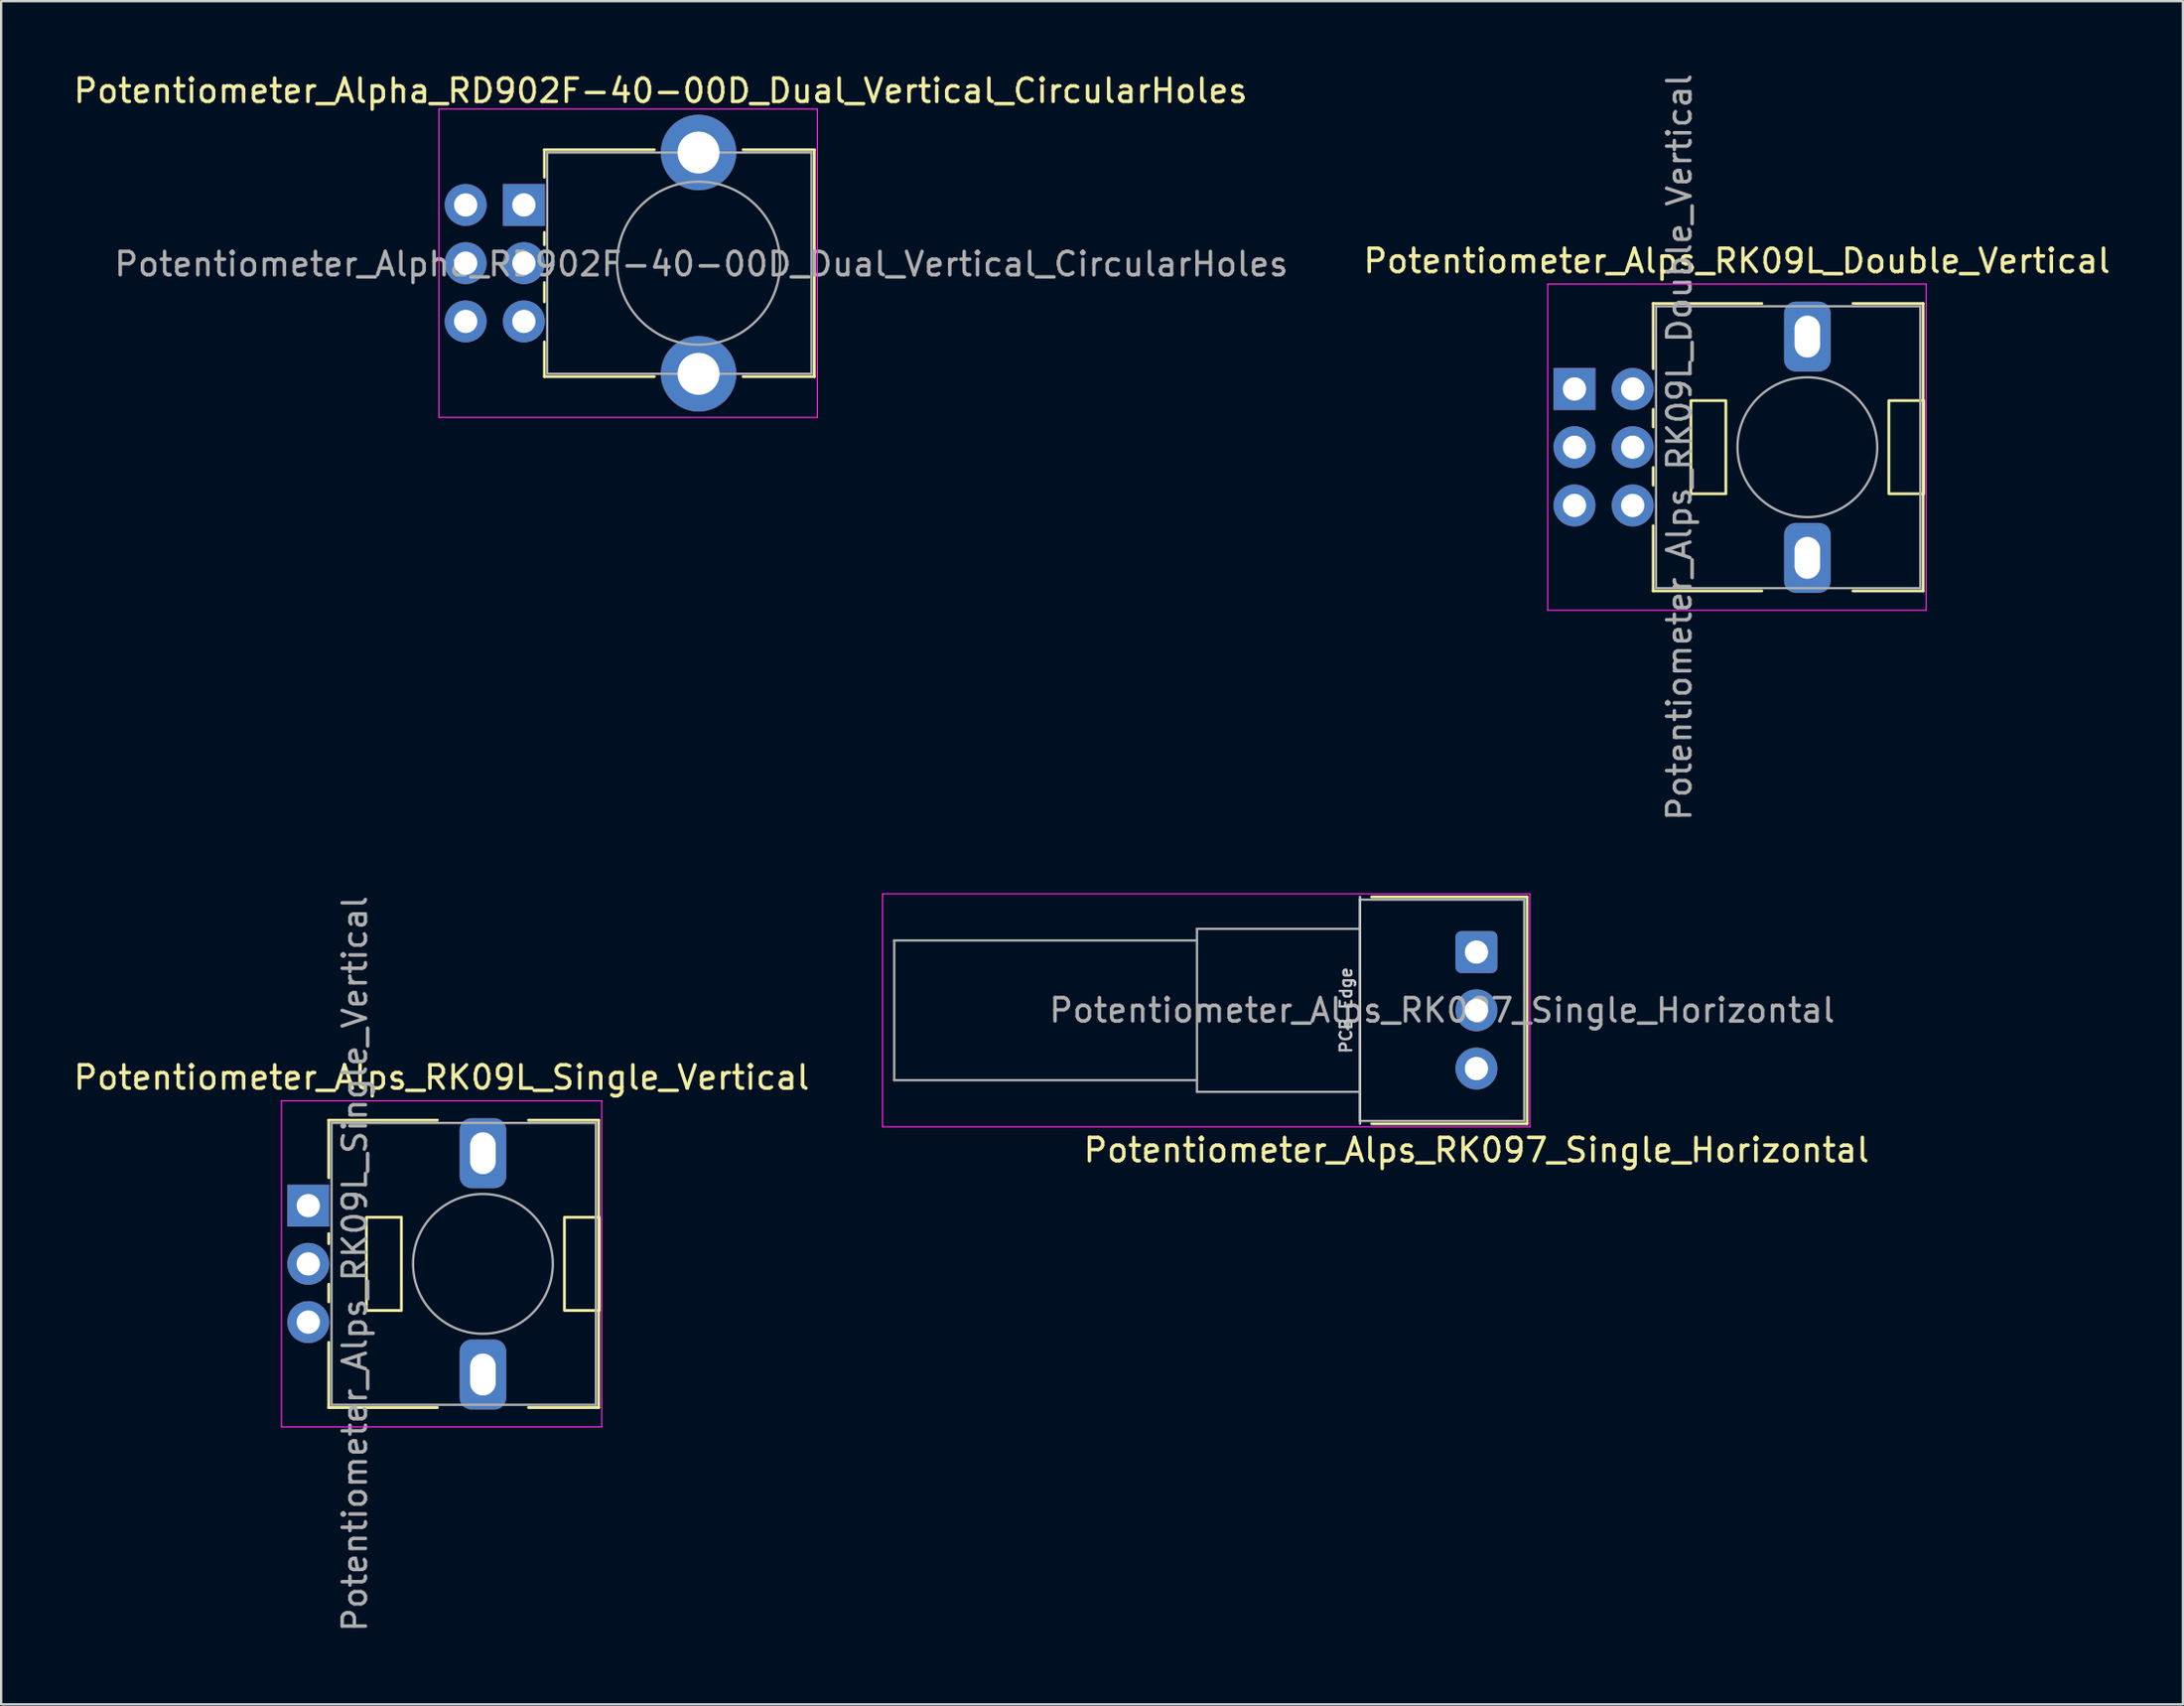
<source format=kicad_pcb>
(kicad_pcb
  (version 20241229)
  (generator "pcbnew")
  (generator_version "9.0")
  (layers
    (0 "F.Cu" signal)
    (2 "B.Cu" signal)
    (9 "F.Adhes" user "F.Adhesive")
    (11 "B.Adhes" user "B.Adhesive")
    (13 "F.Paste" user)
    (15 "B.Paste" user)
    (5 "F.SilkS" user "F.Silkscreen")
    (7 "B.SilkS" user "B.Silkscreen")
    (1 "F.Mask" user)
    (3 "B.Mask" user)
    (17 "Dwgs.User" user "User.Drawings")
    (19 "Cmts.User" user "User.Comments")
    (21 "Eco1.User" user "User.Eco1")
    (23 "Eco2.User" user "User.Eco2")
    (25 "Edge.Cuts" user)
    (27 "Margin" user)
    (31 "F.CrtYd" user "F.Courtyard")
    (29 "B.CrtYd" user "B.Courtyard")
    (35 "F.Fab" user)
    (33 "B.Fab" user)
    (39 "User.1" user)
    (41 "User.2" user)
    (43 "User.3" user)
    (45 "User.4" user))
  (footprint "Potentiometer_Alps_RK09L_Single_Vertical"
    (layer "F.Cu")
    (at 10.186 48.708)
    (property "Reference" "Potentiometer_Alps_RK09L_Single_Vertical" (at 5.725 -5.5 0) (layer "F.SilkS") (effects (font (size 1 1) (thickness 0.15))))
    (attr through_hole)
    (fp_line (start 0.88 -3.67) (end 0.88 -1.2) (stroke (width 0.12) (type solid)) (layer "F.SilkS"))
    (fp_line (start 0.88 -3.67) (end 5.546 -3.67) (stroke (width 0.12) (type solid)) (layer "F.SilkS"))
    (fp_line (start 0.88 1.2) (end 0.88 1.63) (stroke (width 0.12) (type solid)) (layer "F.SilkS"))
    (fp_line (start 0.88 3.371) (end 0.88 4.13) (stroke (width 0.12) (type solid)) (layer "F.SilkS"))
    (fp_line (start 0.88 5.87) (end 0.88 8.67) (stroke (width 0.12) (type solid)) (layer "F.SilkS"))
    (fp_line (start 0.88 8.67) (end 5.546 8.67) (stroke (width 0.12) (type solid)) (layer "F.SilkS"))
    (fp_line (start 9.455 -3.67) (end 12.47 -3.67) (stroke (width 0.12) (type solid)) (layer "F.SilkS"))
    (fp_line (start 9.455 8.67) (end 12.47 8.67) (stroke (width 0.12) (type solid)) (layer "F.SilkS"))
    (fp_line (start 12.47 -3.67) (end 12.47 8.67) (stroke (width 0.12) (type solid)) (layer "F.SilkS"))
    (fp_rect (start 2.5 0.5) (end 4 4.5) (stroke (width 0.12) (type solid)) (fill no) (layer "F.SilkS"))
    (fp_rect (start 11 0.5) (end 12.5 4.5) (stroke (width 0.12) (type solid)) (fill no) (layer "F.SilkS"))
    (fp_line (start -1.15 -4.5) (end -1.15 9.5) (stroke (width 0.05) (type solid)) (layer "F.CrtYd"))
    (fp_line (start -1.15 9.5) (end 12.6 9.5) (stroke (width 0.05) (type solid)) (layer "F.CrtYd"))
    (fp_line (start 12.6 -4.5) (end -1.15 -4.5) (stroke (width 0.05) (type solid)) (layer "F.CrtYd"))
    (fp_line (start 12.6 9.5) (end 12.6 -4.5) (stroke (width 0.05) (type solid)) (layer "F.CrtYd"))
    (fp_line (start 1 -3.55) (end 1 8.55) (stroke (width 0.1) (type solid)) (layer "F.Fab"))
    (fp_line (start 1 8.55) (end 12.35 8.55) (stroke (width 0.1) (type solid)) (layer "F.Fab"))
    (fp_line (start 12.35 -3.55) (end 1 -3.55) (stroke (width 0.1) (type solid)) (layer "F.Fab"))
    (fp_line (start 12.35 8.55) (end 12.35 -3.55) (stroke (width 0.1) (type solid)) (layer "F.Fab"))
    (fp_circle (center 7.5 2.5) (end 10.5 2.5) (stroke (width 0.1) (type solid)) (fill no) (layer "F.Fab"))
    (fp_text user "${REFERENCE}" (at 2 2.5 90) (layer "F.Fab") (effects (font (size 1 1) (thickness 0.15))))
    (pad "1" thru_hole rect (at 0 0) (size 1.8 1.8) (drill 1) (layers "*.Cu" "*.Mask"))
    (pad "2" thru_hole circle (at 0 2.5) (size 1.8 1.8) (drill 1) (layers "*.Cu" "*.Mask"))
    (pad "3" thru_hole circle (at 0 5) (size 1.8 1.8) (drill 1) (layers "*.Cu" "*.Mask"))
    (pad "MP" thru_hole roundrect (at 7.5 -2.25) (size 2 3) (drill oval 1.1 1.8) (layers "*.Cu" "*.Mask") (roundrect_rratio 0.25))
    (pad "MP" thru_hole roundrect (at 7.5 7.25) (size 2 3) (drill oval 1.1 1.8) (layers "*.Cu" "*.Mask") (roundrect_rratio 0.25))
    (zone (net_name "") (layer "F.Cu") (name "Copper Keep Out") (hatch full 0.508) (connect_pads) (min_thickness 0.254) (filled_areas_thickness no) (keepout (tracks not_allowed) (vias not_allowed) (pads not_allowed) (copperpour not_allowed) (footprints not_allowed)) (placement (enabled no)) (fill) (polygon (pts (xy 14.186 53.208) (xy 12.686 53.208) (xy 12.686 49.208) (xy 14.186 49.208))))
    (zone (net_name "") (layer "F.Cu") (name "Copper Keep Out") (hatch full 0.508) (connect_pads) (min_thickness 0.254) (filled_areas_thickness no) (keepout (tracks not_allowed) (vias not_allowed) (pads not_allowed) (copperpour not_allowed) (footprints not_allowed)) (placement (enabled no)) (fill) (polygon (pts (xy 22.586 53.208) (xy 21.186 53.208) (xy 21.186 49.208) (xy 22.586 49.208)))))
  (footprint "Potentiometer_Alps_RK09L_Double_Vertical"
    (layer "F.Cu")
    (at 64.555 13.649)
    (property "Reference" "Potentiometer_Alps_RK09L_Double_Vertical" (at 6.975 -5.5 0) (layer "F.SilkS") (effects (font (size 1 1) (thickness 0.15))))
    (attr through_hole)
    (fp_line (start 3.38 -3.67) (end 3.38 -0.871) (stroke (width 0.12) (type solid)) (layer "F.SilkS"))
    (fp_line (start 3.38 -3.67) (end 8.046 -3.67) (stroke (width 0.12) (type solid)) (layer "F.SilkS"))
    (fp_line (start 3.38 0.871) (end 3.38 1.63) (stroke (width 0.12) (type solid)) (layer "F.SilkS"))
    (fp_line (start 3.38 3.371) (end 3.38 4.13) (stroke (width 0.12) (type solid)) (layer "F.SilkS"))
    (fp_line (start 3.38 5.87) (end 3.38 8.67) (stroke (width 0.12) (type solid)) (layer "F.SilkS"))
    (fp_line (start 3.38 8.67) (end 8.046 8.67) (stroke (width 0.12) (type solid)) (layer "F.SilkS"))
    (fp_line (start 11.955 -3.67) (end 14.97 -3.67) (stroke (width 0.12) (type solid)) (layer "F.SilkS"))
    (fp_line (start 11.955 8.67) (end 14.97 8.67) (stroke (width 0.12) (type solid)) (layer "F.SilkS"))
    (fp_line (start 14.97 -3.67) (end 14.97 8.67) (stroke (width 0.12) (type solid)) (layer "F.SilkS"))
    (fp_rect (start 5 0.5) (end 6.5 4.5) (stroke (width 0.12) (type solid)) (fill no) (layer "F.SilkS"))
    (fp_rect (start 13.5 0.5) (end 15 4.5) (stroke (width 0.12) (type solid)) (fill no) (layer "F.SilkS"))
    (fp_line (start -1.15 -4.5) (end -1.15 9.5) (stroke (width 0.05) (type solid)) (layer "F.CrtYd"))
    (fp_line (start -1.15 9.5) (end 15.1 9.5) (stroke (width 0.05) (type solid)) (layer "F.CrtYd"))
    (fp_line (start 15.1 -4.5) (end -1.15 -4.5) (stroke (width 0.05) (type solid)) (layer "F.CrtYd"))
    (fp_line (start 15.1 9.5) (end 15.1 -4.5) (stroke (width 0.05) (type solid)) (layer "F.CrtYd"))
    (fp_line (start 3.5 -3.55) (end 3.5 8.55) (stroke (width 0.1) (type solid)) (layer "F.Fab"))
    (fp_line (start 3.5 8.55) (end 14.85 8.55) (stroke (width 0.1) (type solid)) (layer "F.Fab"))
    (fp_line (start 14.85 -3.55) (end 3.5 -3.55) (stroke (width 0.1) (type solid)) (layer "F.Fab"))
    (fp_line (start 14.85 8.55) (end 14.85 -3.55) (stroke (width 0.1) (type solid)) (layer "F.Fab"))
    (fp_circle (center 10 2.5) (end 13 2.5) (stroke (width 0.1) (type solid)) (fill no) (layer "F.Fab"))
    (fp_text user "${REFERENCE}" (at 4.5 2.5 90) (layer "F.Fab") (effects (font (size 1 1) (thickness 0.15))))
    (pad "1" thru_hole rect (at 0 0) (size 1.8 1.8) (drill 1) (layers "*.Cu" "*.Mask"))
    (pad "2" thru_hole circle (at 0 2.5) (size 1.8 1.8) (drill 1) (layers "*.Cu" "*.Mask"))
    (pad "3" thru_hole circle (at 0 5) (size 1.8 1.8) (drill 1) (layers "*.Cu" "*.Mask"))
    (pad "4" thru_hole circle (at 2.5 0) (size 1.8 1.8) (drill 1) (layers "*.Cu" "*.Mask"))
    (pad "5" thru_hole circle (at 2.5 2.5) (size 1.8 1.8) (drill 1) (layers "*.Cu" "*.Mask"))
    (pad "6" thru_hole circle (at 2.5 5) (size 1.8 1.8) (drill 1) (layers "*.Cu" "*.Mask"))
    (pad "MP" thru_hole roundrect (at 10 -2.25) (size 2 3) (drill oval 1.1 1.8) (layers "*.Cu" "*.Mask") (roundrect_rratio 0.25))
    (pad "MP" thru_hole roundrect (at 10 7.25) (size 2 3) (drill oval 1.1 1.8) (layers "*.Cu" "*.Mask") (roundrect_rratio 0.25))
    (zone (net_name "") (layer "F.Cu") (name "Copper Keep Out") (hatch full 0.508) (connect_pads) (min_thickness 0.254) (filled_areas_thickness no) (keepout (tracks not_allowed) (vias not_allowed) (pads not_allowed) (copperpour not_allowed) (footprints not_allowed)) (placement (enabled no)) (fill) (polygon (pts (xy 71.055 18.149) (xy 69.555 18.149) (xy 69.555 14.149) (xy 71.055 14.149))))
    (zone (net_name "") (layer "F.Cu") (name "Copper Keep Out") (hatch full 0.508) (connect_pads) (min_thickness 0.254) (filled_areas_thickness no) (keepout (tracks not_allowed) (vias not_allowed) (pads not_allowed) (copperpour not_allowed) (footprints not_allowed)) (placement (enabled no)) (fill) (polygon (pts (xy 79.455 18.149) (xy 78.055 18.149) (xy 78.055 14.149) (xy 79.455 14.149)))))
  (footprint "Potentiometer_Alps_RK097_Single_Horizontal"
    (layer "F.Cu")
    (at 60.346 37.823)
    (property "Reference" "Potentiometer_Alps_RK097_Single_Horizontal" (at 0 8.5 180) (layer "F.SilkS") (effects (font (size 1 1) (thickness 0.15))))
    (attr through_hole)
    (fp_line (start 2.175 -2.37) (end -4.5 -2.37) (stroke (width 0.12) (type solid)) (layer "F.SilkS"))
    (fp_line (start 2.175 7.37) (end -4.5 7.37) (stroke (width 0.12) (type solid)) (layer "F.SilkS"))
    (fp_line (start 2.175 7.37) (end 2.175 -2.37) (stroke (width 0.12) (type solid)) (layer "F.SilkS"))
    (fp_line (start -5 -2.37) (end -5 7.37) (stroke (width 0.1) (type solid)) (layer "Dwgs.User"))
    (fp_line (start -25.5 -2.5) (end -25.5 7.5) (stroke (width 0.05) (type solid)) (layer "F.CrtYd"))
    (fp_line (start -25.5 7.5) (end 2.3 7.5) (stroke (width 0.05) (type solid)) (layer "F.CrtYd"))
    (fp_line (start 2.3 -2.5) (end -25.5 -2.5) (stroke (width 0.05) (type solid)) (layer "F.CrtYd"))
    (fp_line (start 2.3 7.5) (end 2.3 -2.5) (stroke (width 0.05) (type solid)) (layer "F.CrtYd"))
    (fp_line (start -25 -0.5) (end -25 5.5) (stroke (width 0.1) (type solid)) (layer "F.Fab"))
    (fp_line (start -25 5.5) (end -12 5.5) (stroke (width 0.1) (type solid)) (layer "F.Fab"))
    (fp_line (start -12 -1) (end -12 6) (stroke (width 0.1) (type solid)) (layer "F.Fab"))
    (fp_line (start -12 -0.5) (end -25 -0.5) (stroke (width 0.1) (type solid)) (layer "F.Fab"))
    (fp_line (start -12 6) (end -5 6) (stroke (width 0.1) (type solid)) (layer "F.Fab"))
    (fp_line (start -5 -2.25) (end -5 7.25) (stroke (width 0.1) (type solid)) (layer "F.Fab"))
    (fp_line (start -5 -1) (end -12 -1) (stroke (width 0.1) (type solid)) (layer "F.Fab"))
    (fp_line (start -5 7.25) (end 2.05 7.25) (stroke (width 0.1) (type solid)) (layer "F.Fab"))
    (fp_line (start 2.05 -2.25) (end -5 -2.25) (stroke (width 0.1) (type solid)) (layer "F.Fab"))
    (fp_line (start 2.05 7.25) (end 2.05 -2.25) (stroke (width 0.1) (type solid)) (layer "F.Fab"))
    (fp_text user "PCB Edge" (at -5.6 2.5 90) (unlocked yes) (layer "Dwgs.User") (effects (font (size 0.5 0.5) (thickness 0.1))))
    (fp_text user "${REFERENCE}" (at -1.475 2.5 180) (layer "F.Fab") (effects (font (size 1 1) (thickness 0.15))))
    (pad "1" thru_hole roundrect (at 0 0 180) (size 1.8 1.8) (drill 1) (layers "*.Cu" "*.Mask") (roundrect_rratio 0.139))
    (pad "2" thru_hole circle (at 0 2.5 180) (size 1.8 1.8) (drill 1) (layers "*.Cu" "*.Mask"))
    (pad "3" thru_hole circle (at 0 5 180) (size 1.8 1.8) (drill 1) (layers "*.Cu" "*.Mask")))
  (footprint "Potentiometer_Alpha_RD902F-40-00D_Dual_Vertical_CircularHoles"
    (layer "F.Cu")
    (at 19.445 5.748)
    (property "Reference" "Potentiometer_Alpha_RD902F-40-00D_Dual_Vertical_CircularHoles" (at 5.87 -4.9 180) (layer "F.SilkS") (effects (font (size 1 1) (thickness 0.15))))
    (attr through_hole)
    (fp_line (start 0.88 -2.37) (end 5.6 -2.37) (stroke (width 0.12) (type solid)) (layer "F.SilkS"))
    (fp_line (start 0.88 -1.19) (end 0.88 -2.37) (stroke (width 0.12) (type solid)) (layer "F.SilkS"))
    (fp_line (start 0.88 1.71) (end 0.88 1.18) (stroke (width 0.12) (type solid)) (layer "F.SilkS"))
    (fp_line (start 0.88 4.16) (end 0.88 3.33) (stroke (width 0.12) (type solid)) (layer "F.SilkS"))
    (fp_line (start 0.88 7.37) (end 0.88 5.88) (stroke (width 0.12) (type solid)) (layer "F.SilkS"))
    (fp_line (start 0.88 7.37) (end 5.6 7.37) (stroke (width 0.12) (type solid)) (layer "F.SilkS"))
    (fp_line (start 9.41 -2.37) (end 12.47 -2.37) (stroke (width 0.12) (type solid)) (layer "F.SilkS"))
    (fp_line (start 9.41 7.37) (end 12.47 7.37) (stroke (width 0.12) (type solid)) (layer "F.SilkS"))
    (fp_line (start 12.47 7.37) (end 12.47 -2.37) (stroke (width 0.12) (type solid)) (layer "F.SilkS"))
    (fp_line (start -3.65 -4.12) (end -3.65 9.12) (stroke (width 0.05) (type solid)) (layer "F.CrtYd"))
    (fp_line (start -3.65 9.12) (end 12.6 9.12) (stroke (width 0.05) (type solid)) (layer "F.CrtYd"))
    (fp_line (start 12.6 -4.12) (end -3.65 -4.12) (stroke (width 0.05) (type solid)) (layer "F.CrtYd"))
    (fp_line (start 12.6 9.12) (end 12.6 -4.12) (stroke (width 0.05) (type solid)) (layer "F.CrtYd"))
    (fp_line (start 1 -2.25) (end 12.35 -2.25) (stroke (width 0.1) (type solid)) (layer "F.Fab"))
    (fp_line (start 1 7.25) (end 1 -2.25) (stroke (width 0.1) (type solid)) (layer "F.Fab"))
    (fp_line (start 1 7.25) (end 12.35 7.25) (stroke (width 0.1) (type solid)) (layer "F.Fab"))
    (fp_line (start 12.35 7.25) (end 12.35 -2.25) (stroke (width 0.1) (type solid)) (layer "F.Fab"))
    (fp_circle (center 7.5 2.5) (end 7.5 -1) (stroke (width 0.1) (type solid)) (fill no) (layer "F.Fab"))
    (fp_text user "${REFERENCE}" (at 7.62 2.54 0) (layer "F.Fab") (effects (font (size 1 1) (thickness 0.15))))
    (pad "" thru_hole circle (at 7.5 -2.25 90) (size 3.24 3.24) (drill 1.8) (layers "*.Cu" "*.Mask"))
    (pad "" thru_hole circle (at 7.5 7.25 90) (size 3.24 3.24) (drill 1.8) (layers "*.Cu" "*.Mask"))
    (pad "1" thru_hole rect (at 0 0 90) (size 1.8 1.8) (drill 1) (layers "*.Cu" "*.Mask"))
    (pad "2" thru_hole circle (at 0 2.5 90) (size 1.8 1.8) (drill 1) (layers "*.Cu" "*.Mask"))
    (pad "3" thru_hole circle (at 0 5 90) (size 1.8 1.8) (drill 1) (layers "*.Cu" "*.Mask"))
    (pad "4" thru_hole circle (at -2.5 0 90) (size 1.8 1.8) (drill 1) (layers "*.Cu" "*.Mask"))
    (pad "5" thru_hole circle (at -2.5 2.5 90) (size 1.8 1.8) (drill 1) (layers "*.Cu" "*.Mask"))
    (pad "6" thru_hole circle (at -2.5 5 90) (size 1.8 1.8) (drill 1) (layers "*.Cu" "*.Mask")))
  (gr_rect
    (start -3 -3)
    (end 90.679 70.119)
    (stroke (width 0.1) (type default))
    (fill no)
    (layer "Edge.Cuts")))
</source>
